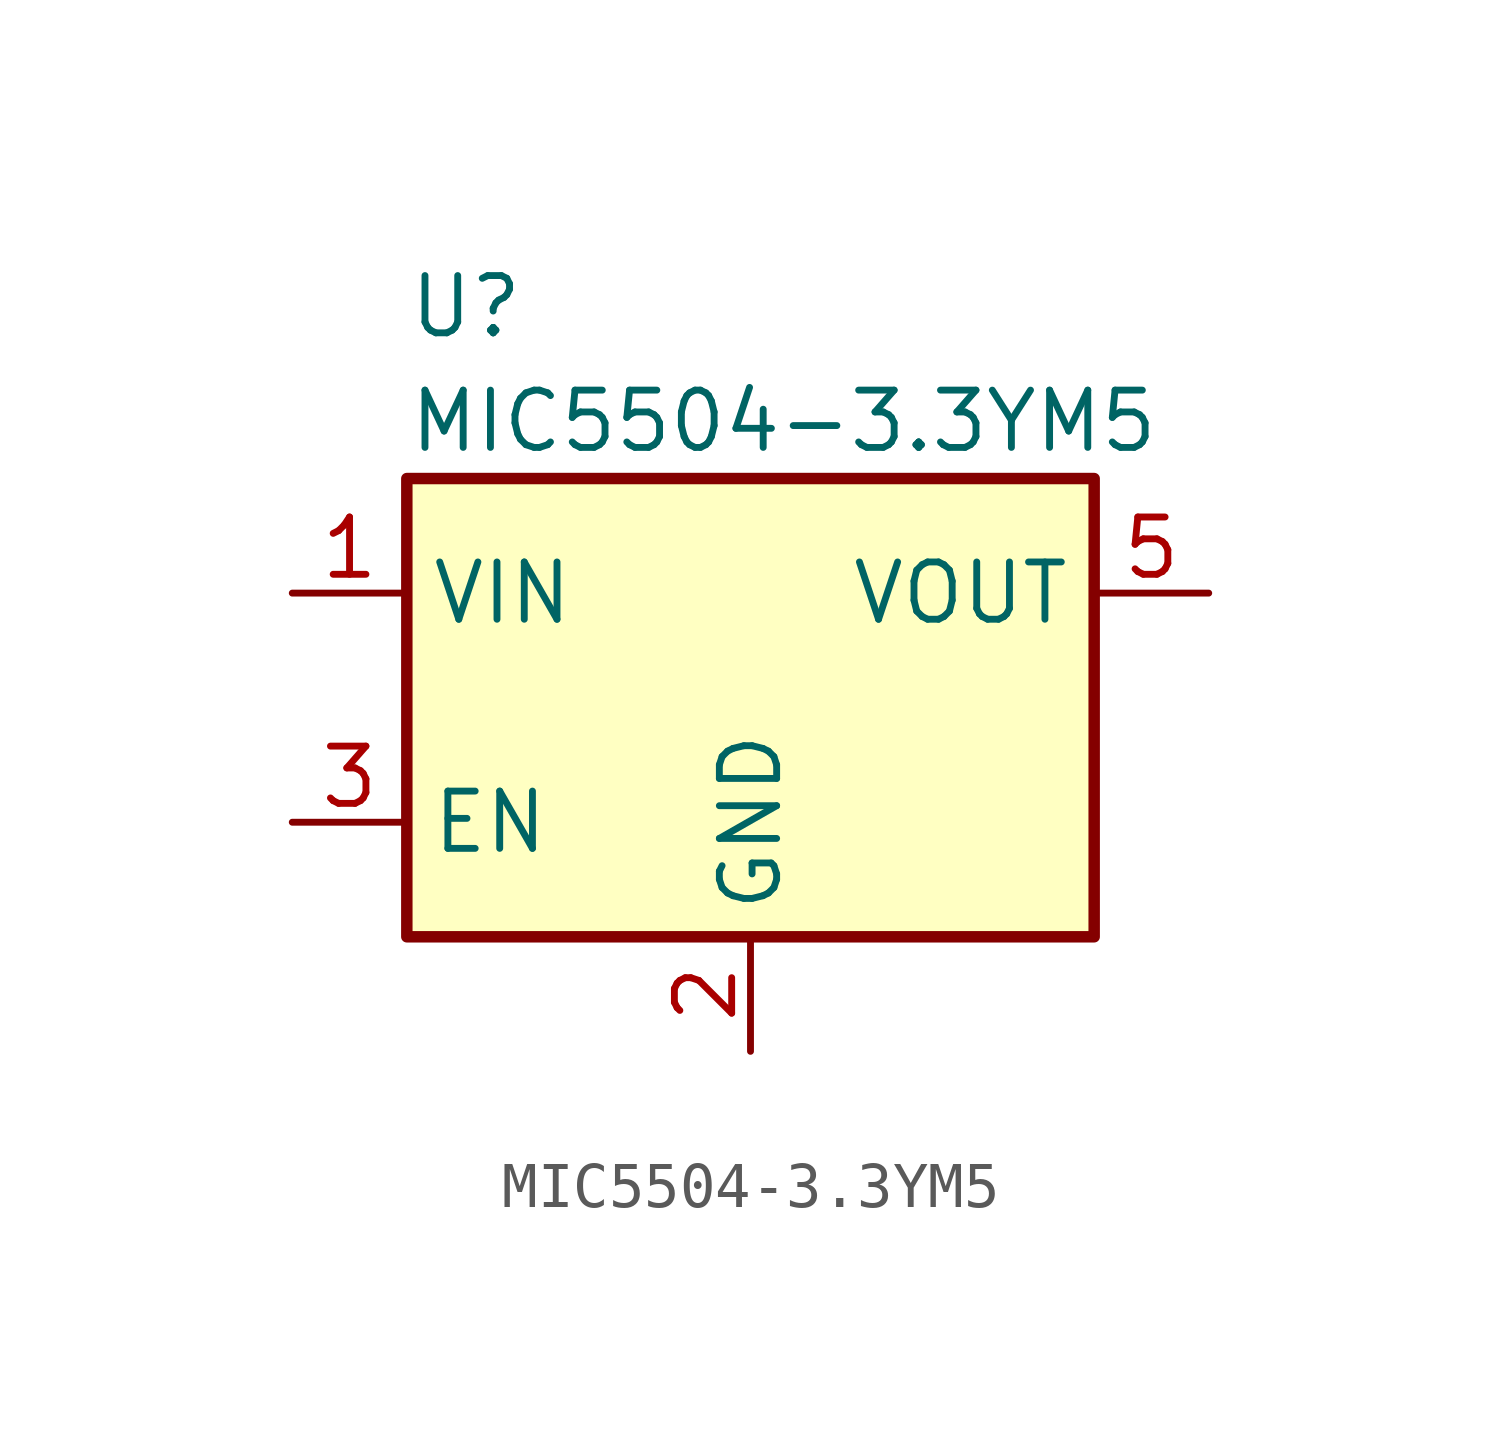
<source format=kicad_sym>
(kicad_symbol_lib
  (version 20231120)
  (generator "kicad_symbol_editor")
  (generator_version "8.0")
  (symbol "MIC5504-3.3YM5"
    (property "Reference" "U"
      (at -7.62 8.89 0)
      (effects (font (size 1.27 1.27)) (justify left)))
    (property "Value" "MIC5504-3.3YM5"
      (at -7.62 6.35 0)
      (effects (font (size 1.27 1.27)) (justify left)))
    (symbol "MIC5504-3.3YM5_0_1"
      (rectangle (start -7.62 -5.08) (end 7.62 5.08) (stroke (width 0.254) (type solid)) (fill (type background))))
    (symbol "MIC5504-3.3YM5_1_1"
      (pin power_in line (at -10.16 2.54 0) (length 2.54) (name "VIN" (effects (font (size 1.27 1.27)))) (number "1" (effects (font (size 1.27 1.27)))))
      (pin power_in line (at 0 -7.62 90) (length 2.54) (name "GND" (effects (font (size 1.27 1.27)))) (number "2" (effects (font (size 1.27 1.27)))))
      (pin input line (at -10.16 -2.54 0) (length 2.54) (name "EN" (effects (font (size 1.27 1.27)))) (number "3" (effects (font (size 1.27 1.27)))))
      (pin no_connect line (at 7.62 -2.54 180) (length 2.54) hide (name "NC" (effects (font (size 1.27 1.27)))) (number "4" (effects (font (size 1.27 1.27)))))
      (pin power_out line (at 10.16 2.54 180) (length 2.54) (name "VOUT" (effects (font (size 1.27 1.27)))) (number "5" (effects (font (size 1.27 1.27))))))))
</source>
